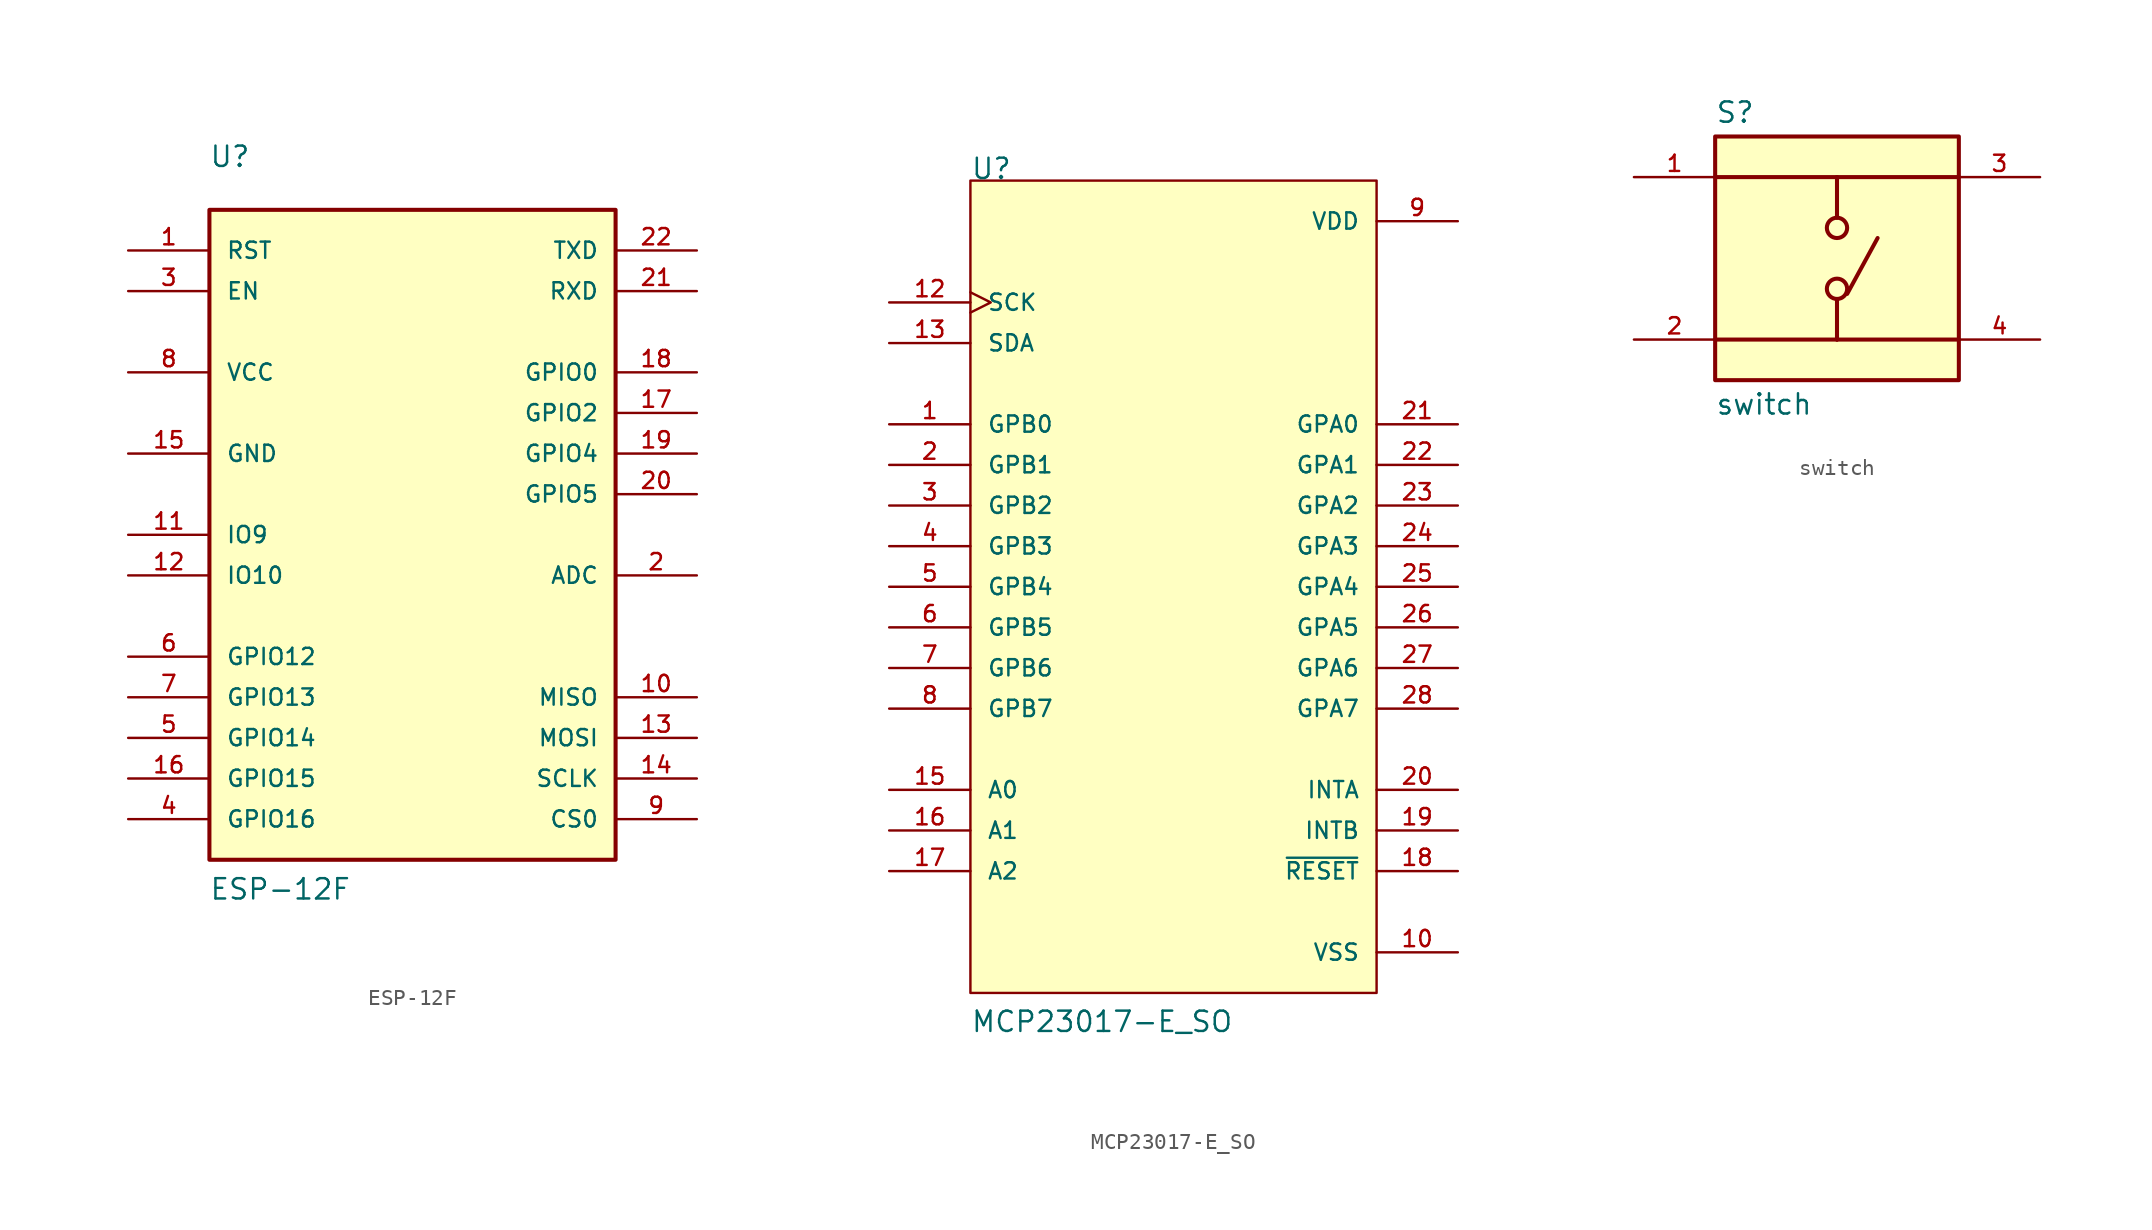
<source format=kicad_sym>
(kicad_symbol_lib
  (version 20220914)
  (generator kicad_symbol_editor)
  (symbol "ESP-12F"
    (pin_names
      (offset 1.016))
    (property "Reference" "U"
      (at -12.725 22.906 0)
      (effects (font (size 1.27 1.27)) (justify left bottom)))
    (property "Value" "ESP-12F"
      (at -12.724 -22.903 0)
      (effects (font (size 1.27 1.27)) (justify left bottom)))
    (symbol "ESP-12F_0_0"
      (rectangle (start -12.7 20.32) (end 12.7 -20.32) (stroke (width 0.254) (type default)) (fill (type background)))
      (pin bidirectional line (at -17.78 17.78 0) (length 5.08) (name "RST" (effects (font (size 1.016 1.016)))) (number "1" (effects (font (size 1.016 1.016)))))
      (pin bidirectional line (at 17.78 -10.16 180) (length 5.08) (name "MISO" (effects (font (size 1.016 1.016)))) (number "10" (effects (font (size 1.016 1.016)))))
      (pin bidirectional line (at -17.78 0 0) (length 5.08) (name "IO9" (effects (font (size 1.016 1.016)))) (number "11" (effects (font (size 1.016 1.016)))))
      (pin bidirectional line (at -17.78 -2.54 0) (length 5.08) (name "IO10" (effects (font (size 1.016 1.016)))) (number "12" (effects (font (size 1.016 1.016)))))
      (pin bidirectional line (at 17.78 -12.7 180) (length 5.08) (name "MOSI" (effects (font (size 1.016 1.016)))) (number "13" (effects (font (size 1.016 1.016)))))
      (pin bidirectional line (at 17.78 -15.24 180) (length 5.08) (name "SCLK" (effects (font (size 1.016 1.016)))) (number "14" (effects (font (size 1.016 1.016)))))
      (pin bidirectional line (at -17.78 5.08 0) (length 5.08) (name "GND" (effects (font (size 1.016 1.016)))) (number "15" (effects (font (size 1.016 1.016)))))
      (pin bidirectional line (at -17.78 -15.24 0) (length 5.08) (name "GPIO15" (effects (font (size 1.016 1.016)))) (number "16" (effects (font (size 1.016 1.016)))))
      (pin bidirectional line (at 17.78 7.62 180) (length 5.08) (name "GPIO2" (effects (font (size 1.016 1.016)))) (number "17" (effects (font (size 1.016 1.016)))))
      (pin bidirectional line (at 17.78 10.16 180) (length 5.08) (name "GPIO0" (effects (font (size 1.016 1.016)))) (number "18" (effects (font (size 1.016 1.016)))))
      (pin bidirectional line (at 17.78 5.08 180) (length 5.08) (name "GPIO4" (effects (font (size 1.016 1.016)))) (number "19" (effects (font (size 1.016 1.016)))))
      (pin bidirectional line (at 17.78 -2.54 180) (length 5.08) (name "ADC" (effects (font (size 1.016 1.016)))) (number "2" (effects (font (size 1.016 1.016)))))
      (pin bidirectional line (at 17.78 2.54 180) (length 5.08) (name "GPIO5" (effects (font (size 1.016 1.016)))) (number "20" (effects (font (size 1.016 1.016)))))
      (pin bidirectional line (at 17.78 15.24 180) (length 5.08) (name "RXD" (effects (font (size 1.016 1.016)))) (number "21" (effects (font (size 1.016 1.016)))))
      (pin bidirectional line (at 17.78 17.78 180) (length 5.08) (name "TXD" (effects (font (size 1.016 1.016)))) (number "22" (effects (font (size 1.016 1.016)))))
      (pin bidirectional line (at -17.78 15.24 0) (length 5.08) (name "EN" (effects (font (size 1.016 1.016)))) (number "3" (effects (font (size 1.016 1.016)))))
      (pin bidirectional line (at -17.78 -17.78 0) (length 5.08) (name "GPIO16" (effects (font (size 1.016 1.016)))) (number "4" (effects (font (size 1.016 1.016)))))
      (pin bidirectional line (at -17.78 -12.7 0) (length 5.08) (name "GPIO14" (effects (font (size 1.016 1.016)))) (number "5" (effects (font (size 1.016 1.016)))))
      (pin bidirectional line (at -17.78 -7.62 0) (length 5.08) (name "GPIO12" (effects (font (size 1.016 1.016)))) (number "6" (effects (font (size 1.016 1.016)))))
      (pin bidirectional line (at -17.78 -10.16 0) (length 5.08) (name "GPIO13" (effects (font (size 1.016 1.016)))) (number "7" (effects (font (size 1.016 1.016)))))
      (pin bidirectional line (at -17.78 10.16 0) (length 5.08) (name "VCC" (effects (font (size 1.016 1.016)))) (number "8" (effects (font (size 1.016 1.016)))))
      (pin bidirectional line (at 17.78 -17.78 180) (length 5.08) (name "CS0" (effects (font (size 1.016 1.016)))) (number "9" (effects (font (size 1.016 1.016)))))))
  (symbol "MCP23017-E_SO"
    (pin_names
      (offset 1.016))
    (property "Reference" "U"
      (at -12.7 25.4 0)
      (effects (font (size 1.27 1.27)) (justify left bottom)))
    (property "Value" "MCP23017-E_SO"
      (at -12.7 -27.94 0)
      (effects (font (size 1.27 1.27)) (justify left bottom)))
    (symbol "MCP23017-E_SO_0_0"
      (rectangle (start -12.7 -25.4) (end 12.7 25.4) (stroke (width 0.152) (type default)) (fill (type background)))
      (pin bidirectional line (at -17.78 10.16 0) (length 5.08) (name "GPB0" (effects (font (size 1.016 1.016)))) (number "1" (effects (font (size 1.016 1.016)))))
      (pin power_in line (at 17.78 -22.86 180) (length 5.08) (name "VSS" (effects (font (size 1.016 1.016)))) (number "10" (effects (font (size 1.016 1.016)))))
      (pin input clock (at -17.78 17.78 0) (length 5.08) (name "SCK" (effects (font (size 1.016 1.016)))) (number "12" (effects (font (size 1.016 1.016)))))
      (pin bidirectional line (at -17.78 15.24 0) (length 5.08) (name "SDA" (effects (font (size 1.016 1.016)))) (number "13" (effects (font (size 1.016 1.016)))))
      (pin input line (at -17.78 -12.7 0) (length 5.08) (name "A0" (effects (font (size 1.016 1.016)))) (number "15" (effects (font (size 1.016 1.016)))))
      (pin input line (at -17.78 -15.24 0) (length 5.08) (name "A1" (effects (font (size 1.016 1.016)))) (number "16" (effects (font (size 1.016 1.016)))))
      (pin input line (at -17.78 -17.78 0) (length 5.08) (name "A2" (effects (font (size 1.016 1.016)))) (number "17" (effects (font (size 1.016 1.016)))))
      (pin output line (at 17.78 -17.78 180) (length 5.08) (name "~{RESET}" (effects (font (size 1.016 1.016)))) (number "18" (effects (font (size 1.016 1.016)))))
      (pin output line (at 17.78 -15.24 180) (length 5.08) (name "INTB" (effects (font (size 1.016 1.016)))) (number "19" (effects (font (size 1.016 1.016)))))
      (pin bidirectional line (at -17.78 7.62 0) (length 5.08) (name "GPB1" (effects (font (size 1.016 1.016)))) (number "2" (effects (font (size 1.016 1.016)))))
      (pin output line (at 17.78 -12.7 180) (length 5.08) (name "INTA" (effects (font (size 1.016 1.016)))) (number "20" (effects (font (size 1.016 1.016)))))
      (pin bidirectional line (at 17.78 10.16 180) (length 5.08) (name "GPA0" (effects (font (size 1.016 1.016)))) (number "21" (effects (font (size 1.016 1.016)))))
      (pin bidirectional line (at 17.78 7.62 180) (length 5.08) (name "GPA1" (effects (font (size 1.016 1.016)))) (number "22" (effects (font (size 1.016 1.016)))))
      (pin bidirectional line (at 17.78 5.08 180) (length 5.08) (name "GPA2" (effects (font (size 1.016 1.016)))) (number "23" (effects (font (size 1.016 1.016)))))
      (pin bidirectional line (at 17.78 2.54 180) (length 5.08) (name "GPA3" (effects (font (size 1.016 1.016)))) (number "24" (effects (font (size 1.016 1.016)))))
      (pin bidirectional line (at 17.78 0 180) (length 5.08) (name "GPA4" (effects (font (size 1.016 1.016)))) (number "25" (effects (font (size 1.016 1.016)))))
      (pin bidirectional line (at 17.78 -2.54 180) (length 5.08) (name "GPA5" (effects (font (size 1.016 1.016)))) (number "26" (effects (font (size 1.016 1.016)))))
      (pin bidirectional line (at 17.78 -5.08 180) (length 5.08) (name "GPA6" (effects (font (size 1.016 1.016)))) (number "27" (effects (font (size 1.016 1.016)))))
      (pin bidirectional line (at 17.78 -7.62 180) (length 5.08) (name "GPA7" (effects (font (size 1.016 1.016)))) (number "28" (effects (font (size 1.016 1.016)))))
      (pin bidirectional line (at -17.78 5.08 0) (length 5.08) (name "GPB2" (effects (font (size 1.016 1.016)))) (number "3" (effects (font (size 1.016 1.016)))))
      (pin bidirectional line (at -17.78 2.54 0) (length 5.08) (name "GPB3" (effects (font (size 1.016 1.016)))) (number "4" (effects (font (size 1.016 1.016)))))
      (pin bidirectional line (at -17.78 0 0) (length 5.08) (name "GPB4" (effects (font (size 1.016 1.016)))) (number "5" (effects (font (size 1.016 1.016)))))
      (pin bidirectional line (at -17.78 -2.54 0) (length 5.08) (name "GPB5" (effects (font (size 1.016 1.016)))) (number "6" (effects (font (size 1.016 1.016)))))
      (pin bidirectional line (at -17.78 -5.08 0) (length 5.08) (name "GPB6" (effects (font (size 1.016 1.016)))) (number "7" (effects (font (size 1.016 1.016)))))
      (pin bidirectional line (at -17.78 -7.62 0) (length 5.08) (name "GPB7" (effects (font (size 1.016 1.016)))) (number "8" (effects (font (size 1.016 1.016)))))
      (pin power_in line (at 17.78 22.86 180) (length 5.08) (name "VDD" (effects (font (size 1.016 1.016)))) (number "9" (effects (font (size 1.016 1.016)))))))
  (symbol "switch"
    (pin_names
      (offset 1.016))
    (property "Reference" "S"
      (at -7.62 8.382 0)
      (effects (font (size 1.27 1.27)) (justify left bottom)))
    (property "Value" "switch"
      (at -7.62 -8.382 0)
      (effects (font (size 1.27 1.27)) (justify left top)))
    (symbol "switch_0_0"
      (rectangle (start -7.62 7.62) (end 7.62 -7.62) (stroke (width 0.254) (type default)) (fill (type background)))
      (circle (center 0 -1.905) (radius 0.635) (stroke (width 0.254) (type default)) (fill (type none)))
      (polyline (pts (xy 0 -5.08) (xy -7.62 -5.08)) (stroke (width 0.254) (type default)) (fill (type none)))
      (polyline (pts (xy 0 -5.08) (xy 7.62 -5.08)) (stroke (width 0.254) (type default)) (fill (type none)))
      (polyline (pts (xy 0 -2.54) (xy 0 -5.08)) (stroke (width 0.254) (type default)) (fill (type none)))
      (polyline (pts (xy 0 5.08) (xy -7.62 5.08)) (stroke (width 0.254) (type default)) (fill (type none)))
      (polyline (pts (xy 0 5.08) (xy 0 2.54)) (stroke (width 0.254) (type default)) (fill (type none)))
      (polyline (pts (xy 0 5.08) (xy 7.62 5.08)) (stroke (width 0.254) (type default)) (fill (type none)))
      (polyline (pts (xy 0.635 -2.223) (xy 2.54 1.27)) (stroke (width 0.254) (type default)) (fill (type none)))
      (circle (center 0 1.905) (radius 0.635) (stroke (width 0.254) (type default)) (fill (type none)))
      (pin passive line (at -12.7 5.08 0) (length 5.08) (name "~" (effects (font (size 1.016 1.016)))) (number "1" (effects (font (size 1.016 1.016)))))
      (pin passive line (at -12.7 -5.08 0) (length 5.08) (name "~" (effects (font (size 1.016 1.016)))) (number "2" (effects (font (size 1.016 1.016)))))
      (pin passive line (at 12.7 5.08 180) (length 5.08) (name "~" (effects (font (size 1.016 1.016)))) (number "3" (effects (font (size 1.016 1.016)))))
      (pin passive line (at 12.7 -5.08 180) (length 5.08) (name "~" (effects (font (size 1.016 1.016)))) (number "4" (effects (font (size 1.016 1.016))))))))
</source>
